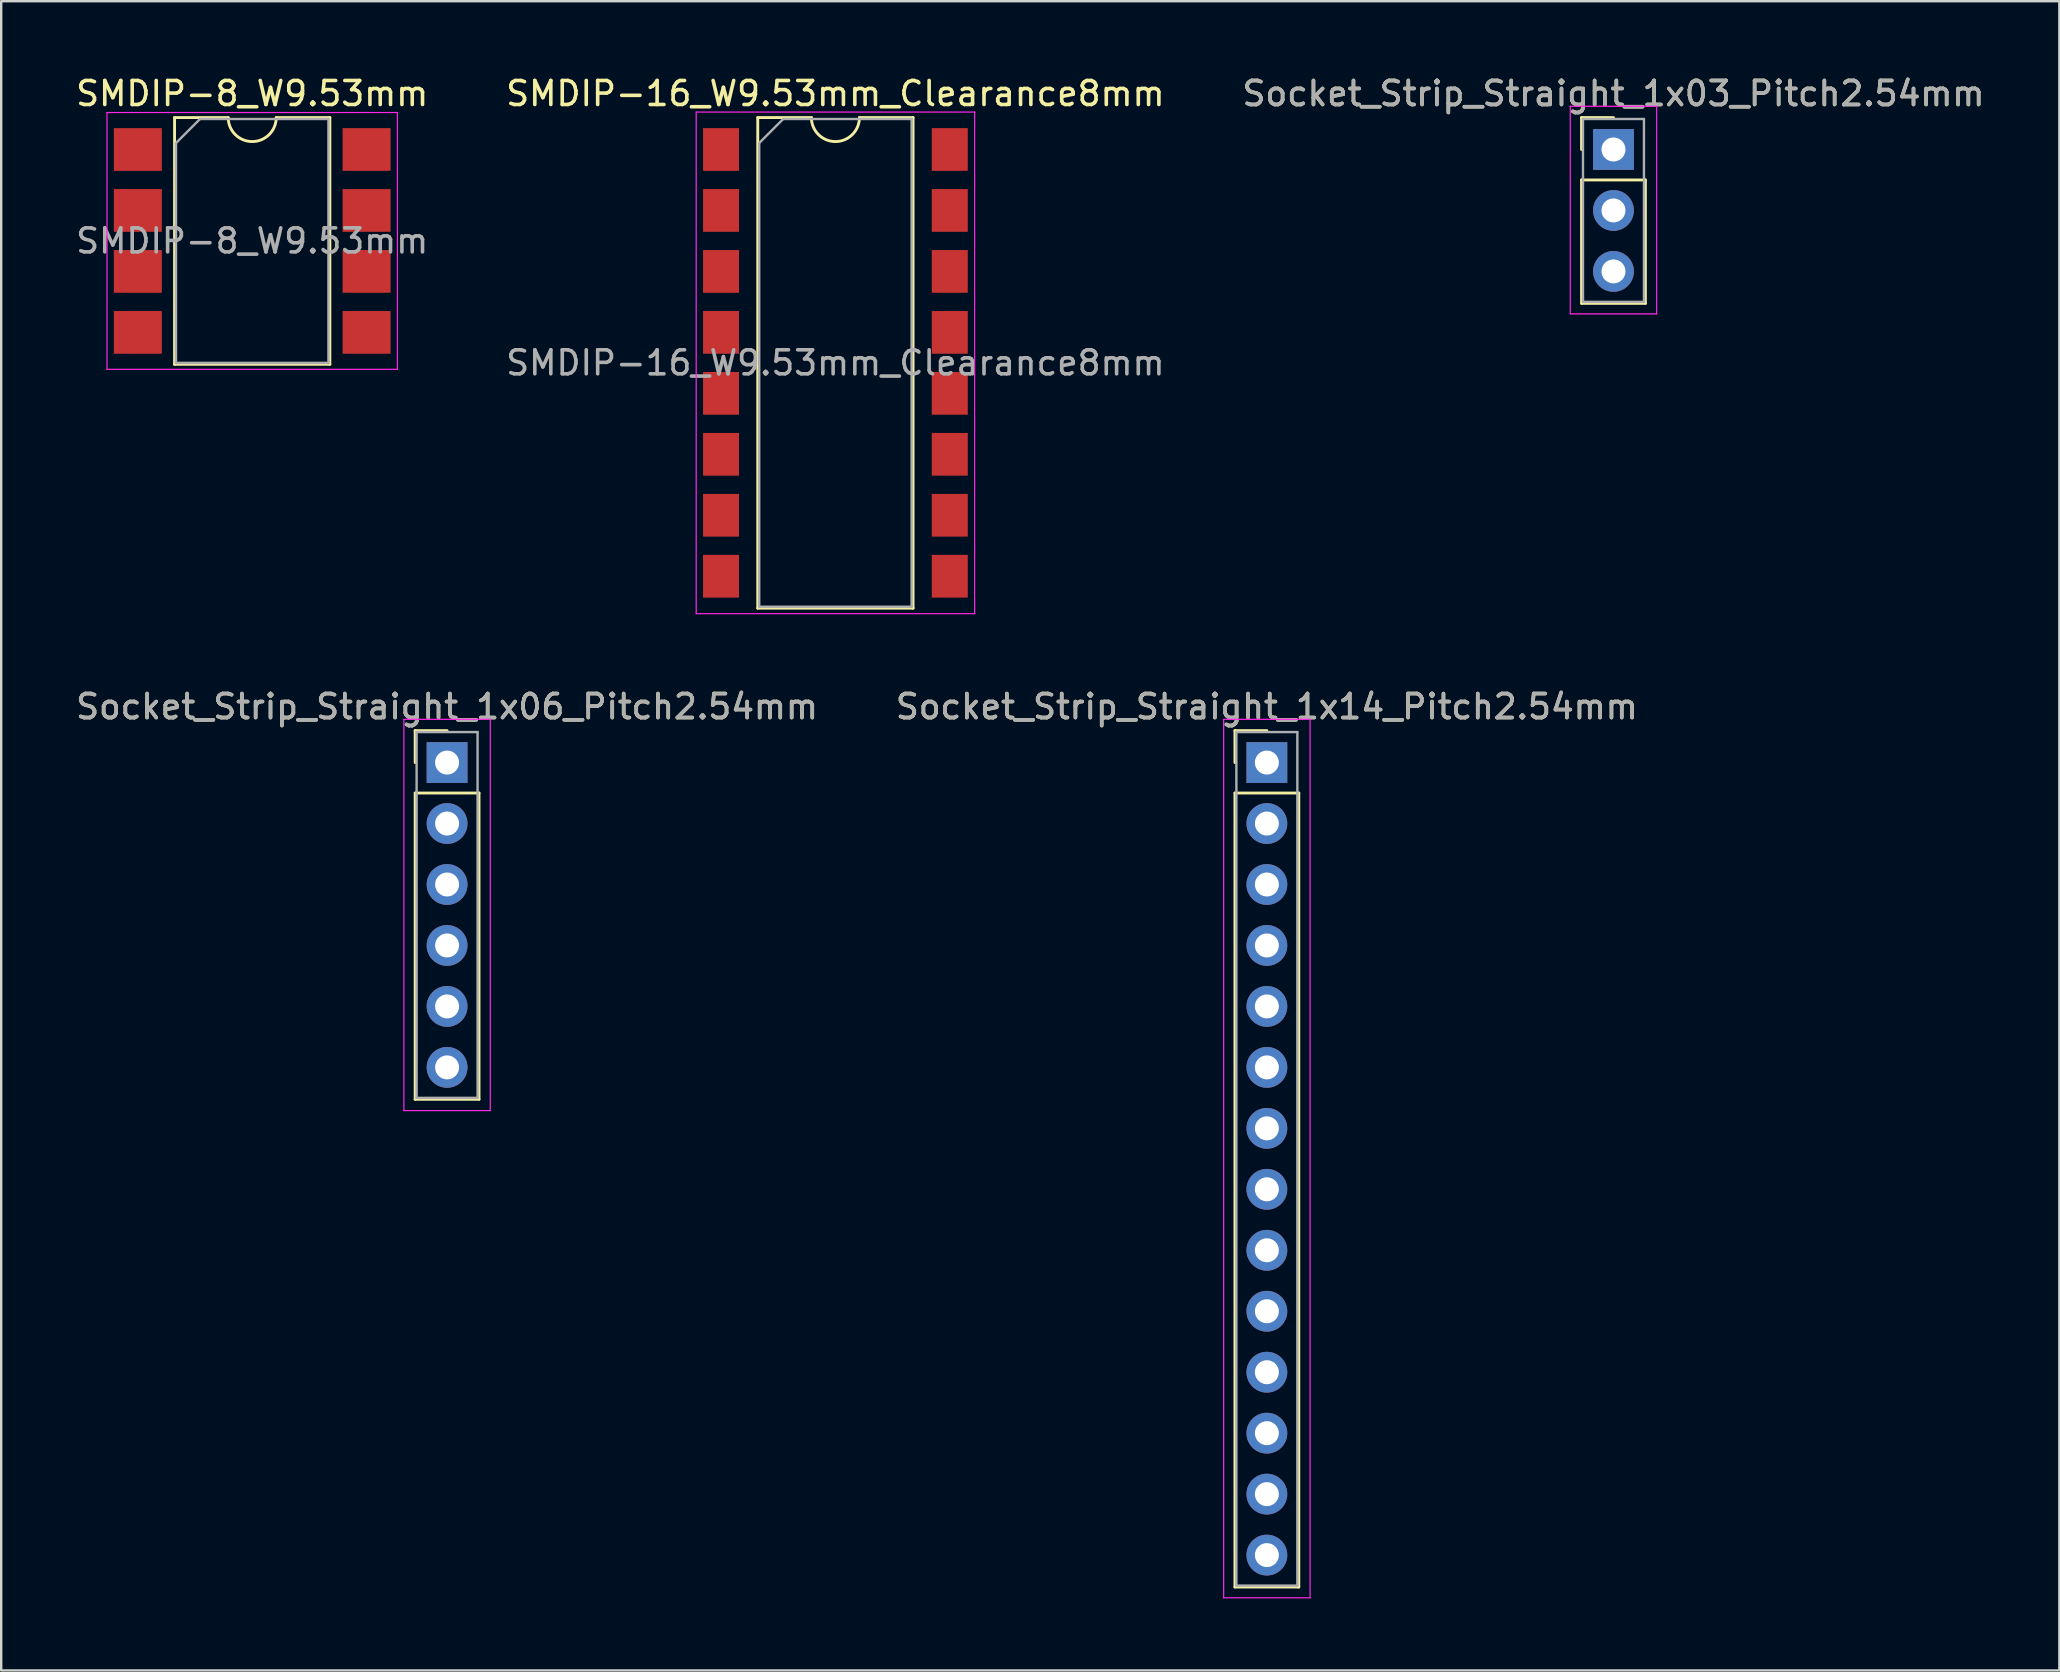
<source format=kicad_pcb>
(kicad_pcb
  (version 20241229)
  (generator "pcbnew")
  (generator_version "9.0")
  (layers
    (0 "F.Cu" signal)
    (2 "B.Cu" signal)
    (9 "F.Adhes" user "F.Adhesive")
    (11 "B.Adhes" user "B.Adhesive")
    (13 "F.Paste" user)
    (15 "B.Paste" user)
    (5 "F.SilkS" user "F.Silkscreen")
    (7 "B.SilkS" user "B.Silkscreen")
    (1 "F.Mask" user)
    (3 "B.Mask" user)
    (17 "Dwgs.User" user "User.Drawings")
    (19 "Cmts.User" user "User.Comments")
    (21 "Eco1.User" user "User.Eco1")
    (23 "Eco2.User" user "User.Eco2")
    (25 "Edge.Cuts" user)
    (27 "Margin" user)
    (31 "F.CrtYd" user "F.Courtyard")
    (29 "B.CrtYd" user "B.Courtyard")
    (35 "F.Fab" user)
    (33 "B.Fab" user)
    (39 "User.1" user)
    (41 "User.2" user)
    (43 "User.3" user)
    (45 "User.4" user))
  (footprint "SMDIP-16_W9.53mm_Clearance8mm"
    (layer "F.Cu")
    (at 31.756 12.068)
    (property "Reference" "SMDIP-16_W9.53mm_Clearance8mm" (at 0 -11.22 0) (layer "F.SilkS") (effects (font (size 1 1) (thickness 0.15))))
    (attr smd)
    (fp_line (start -3.235 -10.22) (end -3.235 10.22) (stroke (width 0.12) (type solid)) (layer "F.SilkS"))
    (fp_line (start -3.235 10.22) (end 3.235 10.22) (stroke (width 0.12) (type solid)) (layer "F.SilkS"))
    (fp_line (start -1 -10.22) (end -3.235 -10.22) (stroke (width 0.12) (type solid)) (layer "F.SilkS"))
    (fp_line (start 3.235 -10.22) (end 1 -10.22) (stroke (width 0.12) (type solid)) (layer "F.SilkS"))
    (fp_line (start 3.235 10.22) (end 3.235 -10.22) (stroke (width 0.12) (type solid)) (layer "F.SilkS"))
    (fp_arc (start 1 -10.22) (mid 0 -9.22) (end -1 -10.22) (stroke (width 0.12) (type solid)) (layer "F.SilkS"))
    (fp_line (start -5.8 -10.45) (end -5.8 10.45) (stroke (width 0.05) (type solid)) (layer "F.CrtYd"))
    (fp_line (start -5.8 10.45) (end 5.8 10.45) (stroke (width 0.05) (type solid)) (layer "F.CrtYd"))
    (fp_line (start 5.8 -10.45) (end -5.8 -10.45) (stroke (width 0.05) (type solid)) (layer "F.CrtYd"))
    (fp_line (start 5.8 10.45) (end 5.8 -10.45) (stroke (width 0.05) (type solid)) (layer "F.CrtYd"))
    (fp_line (start -3.175 -9.16) (end -2.175 -10.16) (stroke (width 0.1) (type solid)) (layer "F.Fab"))
    (fp_line (start -3.175 10.16) (end -3.175 -9.16) (stroke (width 0.1) (type solid)) (layer "F.Fab"))
    (fp_line (start -2.175 -10.16) (end 3.175 -10.16) (stroke (width 0.1) (type solid)) (layer "F.Fab"))
    (fp_line (start 3.175 -10.16) (end 3.175 10.16) (stroke (width 0.1) (type solid)) (layer "F.Fab"))
    (fp_line (start 3.175 10.16) (end -3.175 10.16) (stroke (width 0.1) (type solid)) (layer "F.Fab"))
    (fp_text user "${REFERENCE}" (at 0 0 0) (layer "F.Fab") (effects (font (size 1 1) (thickness 0.15))))
    (pad "1" smd rect (at -4.765 -8.89) (size 1.5 1.78) (layers "F.Cu" "F.Mask" "F.Paste"))
    (pad "2" smd rect (at -4.765 -6.35) (size 1.5 1.78) (layers "F.Cu" "F.Mask" "F.Paste"))
    (pad "3" smd rect (at -4.765 -3.81) (size 1.5 1.78) (layers "F.Cu" "F.Mask" "F.Paste"))
    (pad "4" smd rect (at -4.765 -1.27) (size 1.5 1.78) (layers "F.Cu" "F.Mask" "F.Paste"))
    (pad "5" smd rect (at -4.765 1.27) (size 1.5 1.78) (layers "F.Cu" "F.Mask" "F.Paste"))
    (pad "6" smd rect (at -4.765 3.81) (size 1.5 1.78) (layers "F.Cu" "F.Mask" "F.Paste"))
    (pad "7" smd rect (at -4.765 6.35) (size 1.5 1.78) (layers "F.Cu" "F.Mask" "F.Paste"))
    (pad "8" smd rect (at -4.765 8.89) (size 1.5 1.78) (layers "F.Cu" "F.Mask" "F.Paste"))
    (pad "9" smd rect (at 4.765 8.89) (size 1.5 1.78) (layers "F.Cu" "F.Mask" "F.Paste"))
    (pad "10" smd rect (at 4.765 6.35) (size 1.5 1.78) (layers "F.Cu" "F.Mask" "F.Paste"))
    (pad "11" smd rect (at 4.765 3.81) (size 1.5 1.78) (layers "F.Cu" "F.Mask" "F.Paste"))
    (pad "12" smd rect (at 4.765 1.27) (size 1.5 1.78) (layers "F.Cu" "F.Mask" "F.Paste"))
    (pad "13" smd rect (at 4.765 -1.27) (size 1.5 1.78) (layers "F.Cu" "F.Mask" "F.Paste"))
    (pad "14" smd rect (at 4.765 -3.81) (size 1.5 1.78) (layers "F.Cu" "F.Mask" "F.Paste"))
    (pad "15" smd rect (at 4.765 -6.35) (size 1.5 1.78) (layers "F.Cu" "F.Mask" "F.Paste"))
    (pad "16" smd rect (at 4.765 -8.89) (size 1.5 1.78) (layers "F.Cu" "F.Mask" "F.Paste")))
  (footprint "Socket_Strip_Straight_1x06_Pitch2.54mm"
    (layer "F.Cu")
    (at 15.577 28.721)
    (property "Reference" "Socket_Strip_Straight_1x06_Pitch2.54mm" (at 0 -2.33 0) (layer "F.SilkS") (effects (font (size 1 1) (thickness 0.15))))
    (attr through_hole)
    (fp_line (start -1.33 -1.33) (end 0 -1.33) (stroke (width 0.12) (type solid)) (layer "F.SilkS"))
    (fp_line (start -1.33 0) (end -1.33 -1.33) (stroke (width 0.12) (type solid)) (layer "F.SilkS"))
    (fp_line (start -1.33 1.27) (end -1.33 14.03) (stroke (width 0.12) (type solid)) (layer "F.SilkS"))
    (fp_line (start -1.33 14.03) (end 1.33 14.03) (stroke (width 0.12) (type solid)) (layer "F.SilkS"))
    (fp_line (start 1.33 1.27) (end -1.33 1.27) (stroke (width 0.12) (type solid)) (layer "F.SilkS"))
    (fp_line (start 1.33 14.03) (end 1.33 1.27) (stroke (width 0.12) (type solid)) (layer "F.SilkS"))
    (fp_line (start -1.8 -1.8) (end -1.8 14.5) (stroke (width 0.05) (type solid)) (layer "F.CrtYd"))
    (fp_line (start -1.8 14.5) (end 1.8 14.5) (stroke (width 0.05) (type solid)) (layer "F.CrtYd"))
    (fp_line (start 1.8 -1.8) (end -1.8 -1.8) (stroke (width 0.05) (type solid)) (layer "F.CrtYd"))
    (fp_line (start 1.8 14.5) (end 1.8 -1.8) (stroke (width 0.05) (type solid)) (layer "F.CrtYd"))
    (fp_line (start -1.27 -1.27) (end -1.27 13.97) (stroke (width 0.1) (type solid)) (layer "F.Fab"))
    (fp_line (start -1.27 13.97) (end 1.27 13.97) (stroke (width 0.1) (type solid)) (layer "F.Fab"))
    (fp_line (start 1.27 -1.27) (end -1.27 -1.27) (stroke (width 0.1) (type solid)) (layer "F.Fab"))
    (fp_line (start 1.27 13.97) (end 1.27 -1.27) (stroke (width 0.1) (type solid)) (layer "F.Fab"))
    (fp_text user "${REFERENCE}" (at 0 -2.33 0) (layer "F.Fab") (effects (font (size 1 1) (thickness 0.15))))
    (pad "1" thru_hole rect (at 0 0) (size 1.7 1.7) (drill 1) (layers "*.Cu" "*.Mask"))
    (pad "2" thru_hole oval (at 0 2.54) (size 1.7 1.7) (drill 1) (layers "*.Cu" "*.Mask"))
    (pad "3" thru_hole oval (at 0 5.08) (size 1.7 1.7) (drill 1) (layers "*.Cu" "*.Mask"))
    (pad "4" thru_hole oval (at 0 7.62) (size 1.7 1.7) (drill 1) (layers "*.Cu" "*.Mask"))
    (pad "5" thru_hole oval (at 0 10.16) (size 1.7 1.7) (drill 1) (layers "*.Cu" "*.Mask"))
    (pad "6" thru_hole oval (at 0 12.7) (size 1.7 1.7) (drill 1) (layers "*.Cu" "*.Mask")))
  (footprint "Socket_Strip_Straight_1x03_Pitch2.54mm"
    (layer "F.Cu")
    (at 64.173 3.178)
    (property "Reference" "Socket_Strip_Straight_1x03_Pitch2.54mm" (at 0 -2.33 0) (layer "F.SilkS") (effects (font (size 1 1) (thickness 0.15))))
    (attr through_hole)
    (fp_line (start -1.33 -1.33) (end 0 -1.33) (stroke (width 0.12) (type solid)) (layer "F.SilkS"))
    (fp_line (start -1.33 0) (end -1.33 -1.33) (stroke (width 0.12) (type solid)) (layer "F.SilkS"))
    (fp_line (start -1.33 1.27) (end -1.33 6.41) (stroke (width 0.12) (type solid)) (layer "F.SilkS"))
    (fp_line (start -1.33 6.41) (end 1.33 6.41) (stroke (width 0.12) (type solid)) (layer "F.SilkS"))
    (fp_line (start 1.33 1.27) (end -1.33 1.27) (stroke (width 0.12) (type solid)) (layer "F.SilkS"))
    (fp_line (start 1.33 6.41) (end 1.33 1.27) (stroke (width 0.12) (type solid)) (layer "F.SilkS"))
    (fp_line (start -1.8 -1.8) (end -1.8 6.85) (stroke (width 0.05) (type solid)) (layer "F.CrtYd"))
    (fp_line (start -1.8 6.85) (end 1.8 6.85) (stroke (width 0.05) (type solid)) (layer "F.CrtYd"))
    (fp_line (start 1.8 -1.8) (end -1.8 -1.8) (stroke (width 0.05) (type solid)) (layer "F.CrtYd"))
    (fp_line (start 1.8 6.85) (end 1.8 -1.8) (stroke (width 0.05) (type solid)) (layer "F.CrtYd"))
    (fp_line (start -1.27 -1.27) (end -1.27 6.35) (stroke (width 0.1) (type solid)) (layer "F.Fab"))
    (fp_line (start -1.27 6.35) (end 1.27 6.35) (stroke (width 0.1) (type solid)) (layer "F.Fab"))
    (fp_line (start 1.27 -1.27) (end -1.27 -1.27) (stroke (width 0.1) (type solid)) (layer "F.Fab"))
    (fp_line (start 1.27 6.35) (end 1.27 -1.27) (stroke (width 0.1) (type solid)) (layer "F.Fab"))
    (fp_text user "${REFERENCE}" (at 0 -2.33 0) (layer "F.Fab") (effects (font (size 1 1) (thickness 0.15))))
    (pad "1" thru_hole rect (at 0 0) (size 1.7 1.7) (drill 1) (layers "*.Cu" "*.Mask"))
    (pad "2" thru_hole oval (at 0 2.54) (size 1.7 1.7) (drill 1) (layers "*.Cu" "*.Mask"))
    (pad "3" thru_hole oval (at 0 5.08) (size 1.7 1.7) (drill 1) (layers "*.Cu" "*.Mask")))
  (footprint "Socket_Strip_Straight_1x14_Pitch2.54mm"
    (layer "F.Cu")
    (at 49.732 28.721)
    (property "Reference" "Socket_Strip_Straight_1x14_Pitch2.54mm" (at 0 -2.33 0) (layer "F.SilkS") (effects (font (size 1 1) (thickness 0.15))))
    (attr through_hole)
    (fp_line (start -1.33 -1.33) (end 0 -1.33) (stroke (width 0.12) (type solid)) (layer "F.SilkS"))
    (fp_line (start -1.33 0) (end -1.33 -1.33) (stroke (width 0.12) (type solid)) (layer "F.SilkS"))
    (fp_line (start -1.33 1.27) (end -1.33 34.35) (stroke (width 0.12) (type solid)) (layer "F.SilkS"))
    (fp_line (start -1.33 34.35) (end 1.33 34.35) (stroke (width 0.12) (type solid)) (layer "F.SilkS"))
    (fp_line (start 1.33 1.27) (end -1.33 1.27) (stroke (width 0.12) (type solid)) (layer "F.SilkS"))
    (fp_line (start 1.33 34.35) (end 1.33 1.27) (stroke (width 0.12) (type solid)) (layer "F.SilkS"))
    (fp_line (start -1.8 -1.8) (end -1.8 34.8) (stroke (width 0.05) (type solid)) (layer "F.CrtYd"))
    (fp_line (start -1.8 34.8) (end 1.8 34.8) (stroke (width 0.05) (type solid)) (layer "F.CrtYd"))
    (fp_line (start 1.8 -1.8) (end -1.8 -1.8) (stroke (width 0.05) (type solid)) (layer "F.CrtYd"))
    (fp_line (start 1.8 34.8) (end 1.8 -1.8) (stroke (width 0.05) (type solid)) (layer "F.CrtYd"))
    (fp_line (start -1.27 -1.27) (end -1.27 34.29) (stroke (width 0.1) (type solid)) (layer "F.Fab"))
    (fp_line (start -1.27 34.29) (end 1.27 34.29) (stroke (width 0.1) (type solid)) (layer "F.Fab"))
    (fp_line (start 1.27 -1.27) (end -1.27 -1.27) (stroke (width 0.1) (type solid)) (layer "F.Fab"))
    (fp_line (start 1.27 34.29) (end 1.27 -1.27) (stroke (width 0.1) (type solid)) (layer "F.Fab"))
    (fp_text user "${REFERENCE}" (at 0 -2.33 0) (layer "F.Fab") (effects (font (size 1 1) (thickness 0.15))))
    (pad "1" thru_hole rect (at 0 0) (size 1.7 1.7) (drill 1) (layers "*.Cu" "*.Mask"))
    (pad "2" thru_hole oval (at 0 2.54) (size 1.7 1.7) (drill 1) (layers "*.Cu" "*.Mask"))
    (pad "3" thru_hole oval (at 0 5.08) (size 1.7 1.7) (drill 1) (layers "*.Cu" "*.Mask"))
    (pad "4" thru_hole oval (at 0 7.62) (size 1.7 1.7) (drill 1) (layers "*.Cu" "*.Mask"))
    (pad "5" thru_hole oval (at 0 10.16) (size 1.7 1.7) (drill 1) (layers "*.Cu" "*.Mask"))
    (pad "6" thru_hole oval (at 0 12.7) (size 1.7 1.7) (drill 1) (layers "*.Cu" "*.Mask"))
    (pad "7" thru_hole oval (at 0 15.24) (size 1.7 1.7) (drill 1) (layers "*.Cu" "*.Mask"))
    (pad "8" thru_hole oval (at 0 17.78) (size 1.7 1.7) (drill 1) (layers "*.Cu" "*.Mask"))
    (pad "9" thru_hole oval (at 0 20.32) (size 1.7 1.7) (drill 1) (layers "*.Cu" "*.Mask"))
    (pad "10" thru_hole oval (at 0 22.86) (size 1.7 1.7) (drill 1) (layers "*.Cu" "*.Mask"))
    (pad "11" thru_hole oval (at 0 25.4) (size 1.7 1.7) (drill 1) (layers "*.Cu" "*.Mask"))
    (pad "12" thru_hole oval (at 0 27.94) (size 1.7 1.7) (drill 1) (layers "*.Cu" "*.Mask"))
    (pad "13" thru_hole oval (at 0 30.48) (size 1.7 1.7) (drill 1) (layers "*.Cu" "*.Mask"))
    (pad "14" thru_hole oval (at 0 33.02) (size 1.7 1.7) (drill 1) (layers "*.Cu" "*.Mask")))
  (footprint "SMDIP-8_W9.53mm"
    (layer "F.Cu")
    (at 7.458 6.988)
    (property "Reference" "SMDIP-8_W9.53mm" (at 0 -6.14 0) (layer "F.SilkS") (effects (font (size 1 1) (thickness 0.15))))
    (attr smd)
    (fp_line (start -3.235 -5.14) (end -3.235 5.14) (stroke (width 0.12) (type solid)) (layer "F.SilkS"))
    (fp_line (start -3.235 5.14) (end 3.235 5.14) (stroke (width 0.12) (type solid)) (layer "F.SilkS"))
    (fp_line (start -1 -5.14) (end -3.235 -5.14) (stroke (width 0.12) (type solid)) (layer "F.SilkS"))
    (fp_line (start 3.235 -5.14) (end 1 -5.14) (stroke (width 0.12) (type solid)) (layer "F.SilkS"))
    (fp_line (start 3.235 5.14) (end 3.235 -5.14) (stroke (width 0.12) (type solid)) (layer "F.SilkS"))
    (fp_arc (start 1 -5.14) (mid 0 -4.14) (end -1 -5.14) (stroke (width 0.12) (type solid)) (layer "F.SilkS"))
    (fp_line (start -6.05 -5.35) (end -6.05 5.35) (stroke (width 0.05) (type solid)) (layer "F.CrtYd"))
    (fp_line (start -6.05 5.35) (end 6.05 5.35) (stroke (width 0.05) (type solid)) (layer "F.CrtYd"))
    (fp_line (start 6.05 -5.35) (end -6.05 -5.35) (stroke (width 0.05) (type solid)) (layer "F.CrtYd"))
    (fp_line (start 6.05 5.35) (end 6.05 -5.35) (stroke (width 0.05) (type solid)) (layer "F.CrtYd"))
    (fp_line (start -3.175 -4.08) (end -2.175 -5.08) (stroke (width 0.1) (type solid)) (layer "F.Fab"))
    (fp_line (start -3.175 5.08) (end -3.175 -4.08) (stroke (width 0.1) (type solid)) (layer "F.Fab"))
    (fp_line (start -2.175 -5.08) (end 3.175 -5.08) (stroke (width 0.1) (type solid)) (layer "F.Fab"))
    (fp_line (start 3.175 -5.08) (end 3.175 5.08) (stroke (width 0.1) (type solid)) (layer "F.Fab"))
    (fp_line (start 3.175 5.08) (end -3.175 5.08) (stroke (width 0.1) (type solid)) (layer "F.Fab"))
    (fp_text user "${REFERENCE}" (at 0 0 0) (layer "F.Fab") (effects (font (size 1 1) (thickness 0.15))))
    (pad "1" smd rect (at -4.765 -3.81) (size 2 1.78) (layers "F.Cu" "F.Mask" "F.Paste"))
    (pad "2" smd rect (at -4.765 -1.27) (size 2 1.78) (layers "F.Cu" "F.Mask" "F.Paste"))
    (pad "3" smd rect (at -4.765 1.27) (size 2 1.78) (layers "F.Cu" "F.Mask" "F.Paste"))
    (pad "4" smd rect (at -4.765 3.81) (size 2 1.78) (layers "F.Cu" "F.Mask" "F.Paste"))
    (pad "5" smd rect (at 4.765 3.81) (size 2 1.78) (layers "F.Cu" "F.Mask" "F.Paste"))
    (pad "6" smd rect (at 4.765 1.27) (size 2 1.78) (layers "F.Cu" "F.Mask" "F.Paste"))
    (pad "7" smd rect (at 4.765 -1.27) (size 2 1.78) (layers "F.Cu" "F.Mask" "F.Paste"))
    (pad "8" smd rect (at 4.765 -3.81) (size 2 1.78) (layers "F.Cu" "F.Mask" "F.Paste")))
  (gr_rect
    (start -3 -3)
    (end 82.75 66.546)
    (stroke (width 0.1) (type default))
    (fill no)
    (layer "Edge.Cuts")))
</source>
